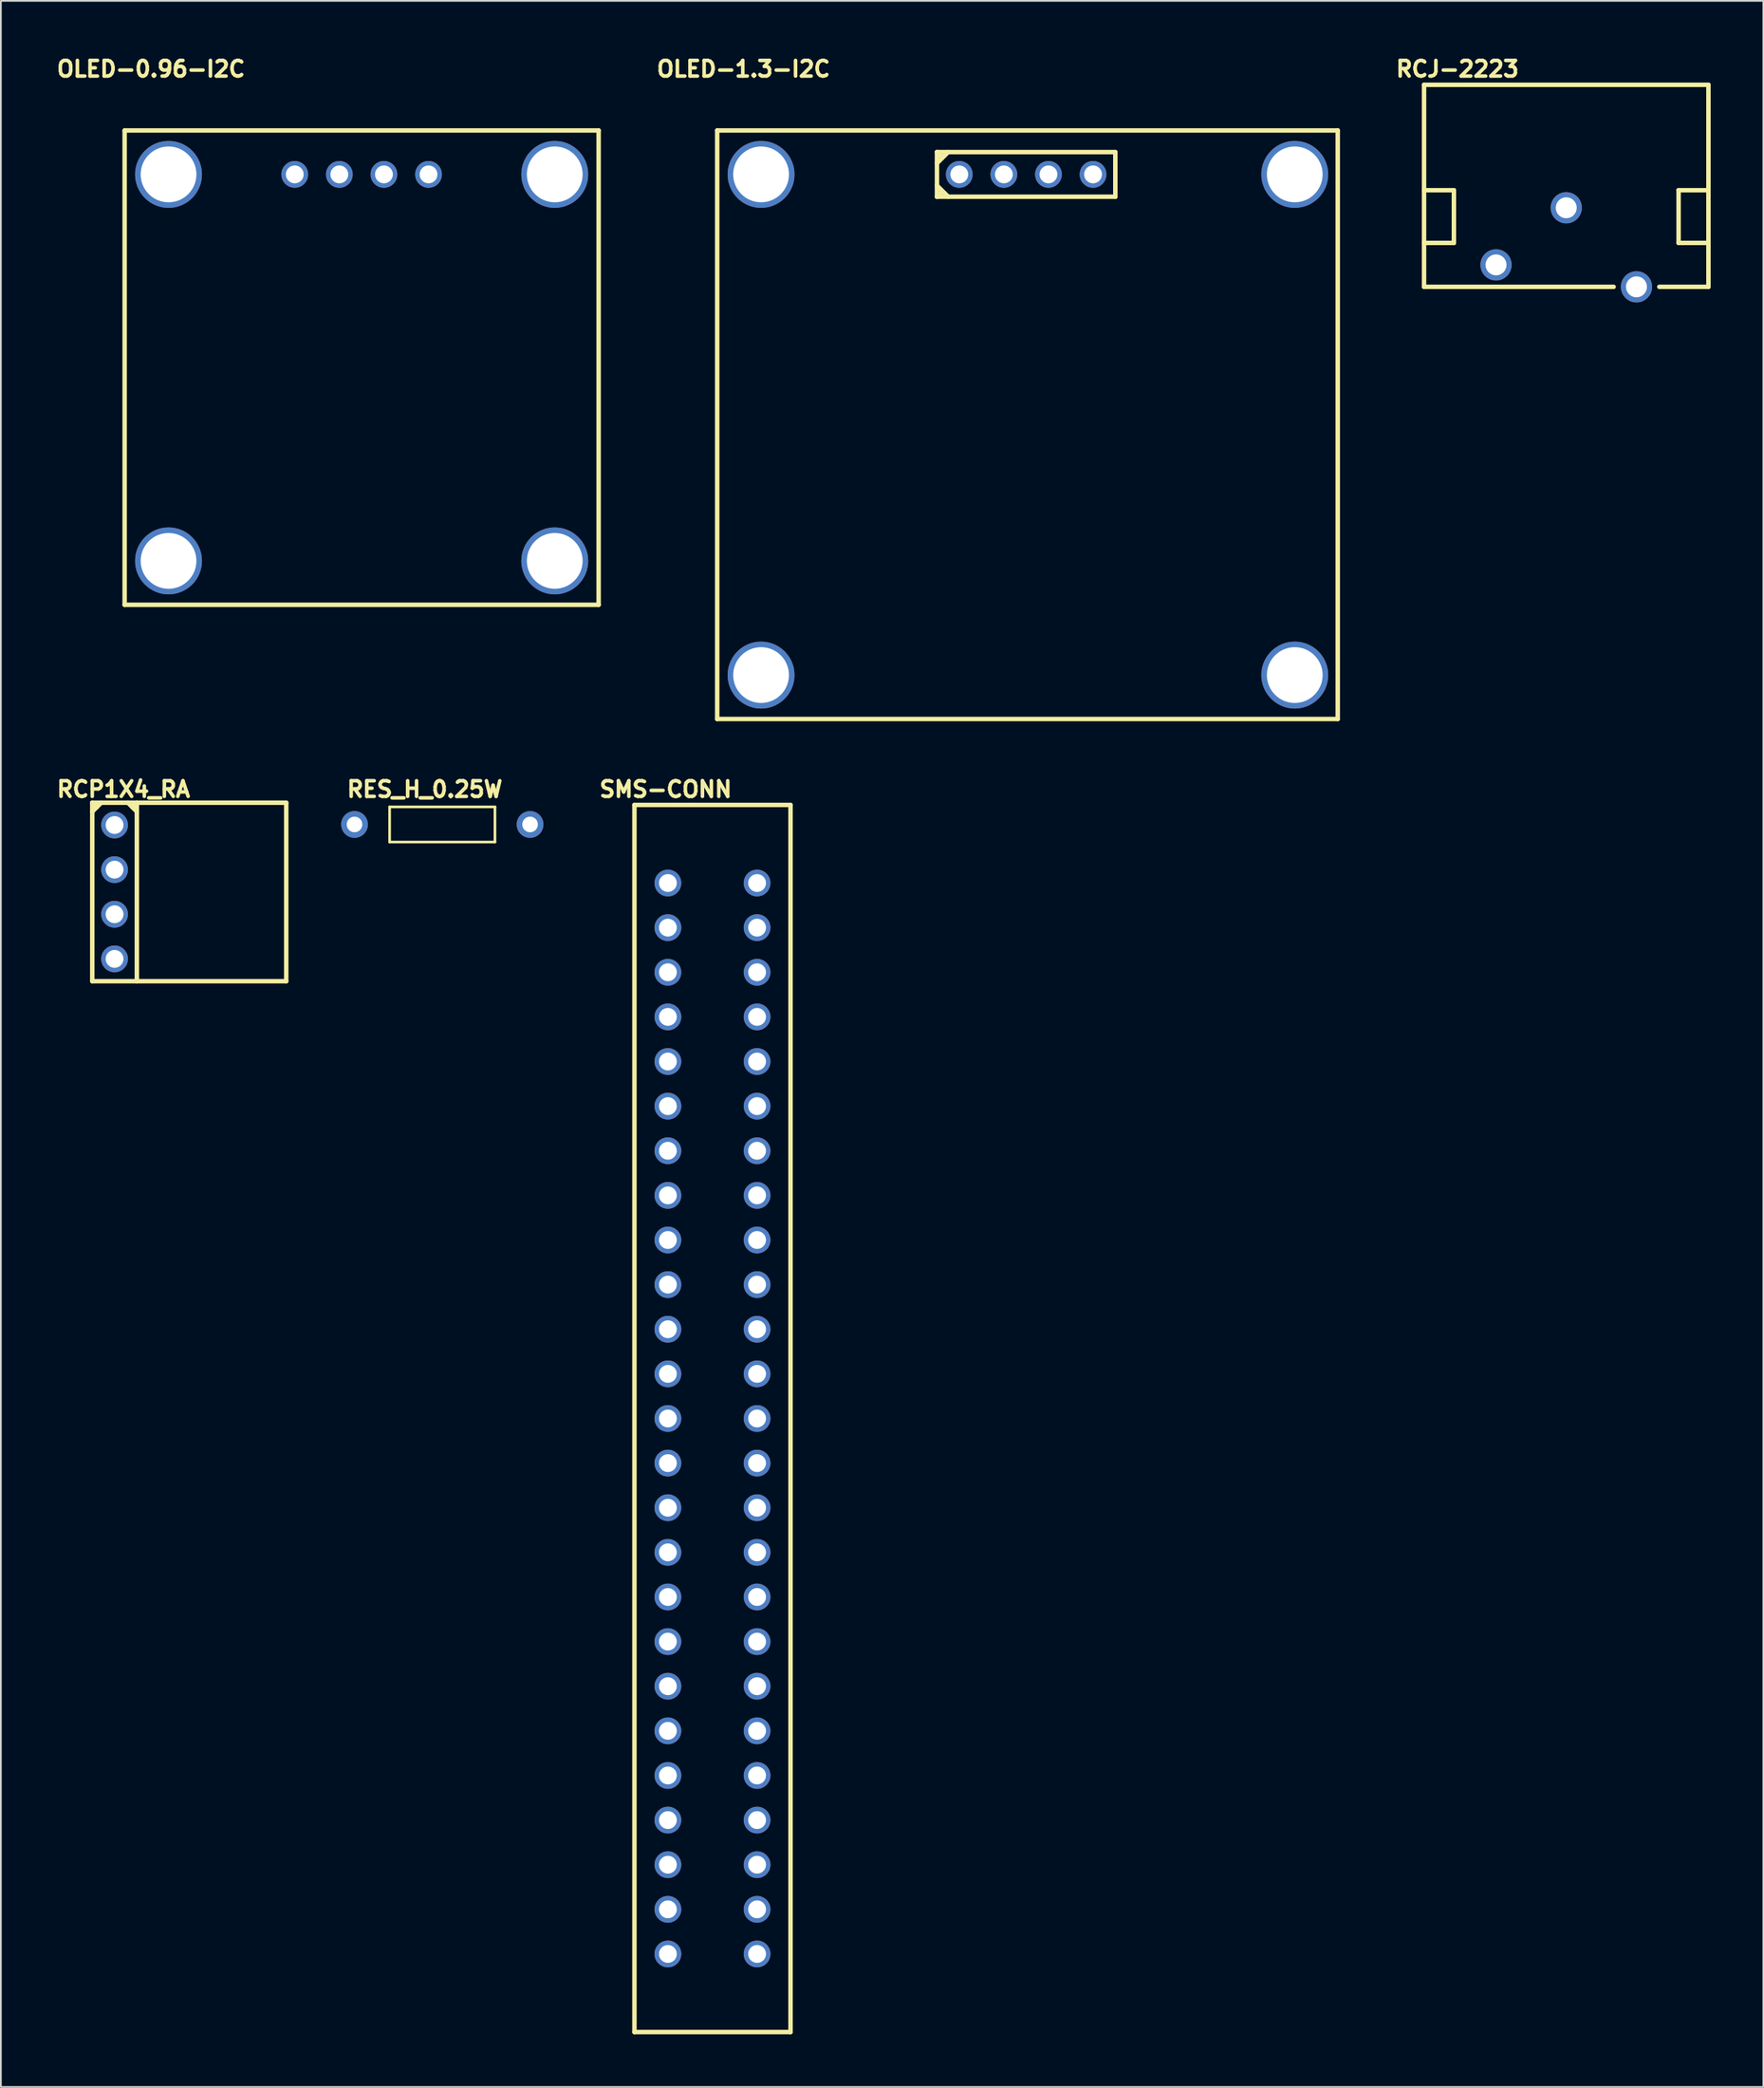
<source format=kicad_pcb>
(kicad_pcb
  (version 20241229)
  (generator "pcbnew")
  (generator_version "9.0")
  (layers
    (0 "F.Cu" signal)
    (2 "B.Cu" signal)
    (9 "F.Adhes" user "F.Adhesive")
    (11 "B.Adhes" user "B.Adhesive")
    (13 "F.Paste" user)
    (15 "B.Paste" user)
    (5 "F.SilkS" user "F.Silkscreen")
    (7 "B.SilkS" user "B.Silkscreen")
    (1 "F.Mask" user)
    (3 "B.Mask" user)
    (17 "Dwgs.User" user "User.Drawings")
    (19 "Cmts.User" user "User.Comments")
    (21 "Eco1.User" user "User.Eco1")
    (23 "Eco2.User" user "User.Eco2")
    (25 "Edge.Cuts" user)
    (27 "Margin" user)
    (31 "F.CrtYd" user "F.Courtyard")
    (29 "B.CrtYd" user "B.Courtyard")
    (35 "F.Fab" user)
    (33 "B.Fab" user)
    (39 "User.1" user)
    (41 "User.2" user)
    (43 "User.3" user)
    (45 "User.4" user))
  (footprint "SMS-CONN"
    (layer "F.Cu")
    (at 34.995 47.214)
    (property "Reference" "SMS-CONN" (at -0.127 -5.334 0) (layer "F.SilkS") (effects (font (size 0.889 0.889) (thickness 0.203))))
    (attr through_hole)
    (fp_line (start -1.905 -4.445) (end -1.905 65.405) (stroke (width 0.254) (type solid)) (layer "F.SilkS"))
    (fp_line (start -1.905 -4.445) (end 6.985 -4.445) (stroke (width 0.254) (type solid)) (layer "F.SilkS"))
    (fp_line (start -1.905 65.405) (end 6.985 65.405) (stroke (width 0.254) (type solid)) (layer "F.SilkS"))
    (fp_line (start 6.985 65.405) (end 6.985 -4.445) (stroke (width 0.254) (type solid)) (layer "F.SilkS"))
    (pad "1" thru_hole circle (at 0 0 180) (size 1.524 1.524) (drill 1.016) (layers "*.Cu" "*.Mask"))
    (pad "2" thru_hole circle (at 5.08 0 180) (size 1.524 1.524) (drill 1.016) (layers "*.Cu" "*.Mask"))
    (pad "3" thru_hole circle (at 0 2.54 180) (size 1.524 1.524) (drill 1.016) (layers "*.Cu" "*.Mask"))
    (pad "4" thru_hole circle (at 5.08 2.54 180) (size 1.524 1.524) (drill 1.016) (layers "*.Cu" "*.Mask"))
    (pad "5" thru_hole circle (at 0 5.08 180) (size 1.524 1.524) (drill 1.016) (layers "*.Cu" "*.Mask"))
    (pad "6" thru_hole circle (at 5.08 5.08 180) (size 1.524 1.524) (drill 1.016) (layers "*.Cu" "*.Mask"))
    (pad "7" thru_hole circle (at 0 7.62 180) (size 1.524 1.524) (drill 1.016) (layers "*.Cu" "*.Mask"))
    (pad "8" thru_hole circle (at 5.08 7.62 180) (size 1.524 1.524) (drill 1.016) (layers "*.Cu" "*.Mask"))
    (pad "9" thru_hole circle (at 0 10.16 180) (size 1.524 1.524) (drill 1.016) (layers "*.Cu" "*.Mask"))
    (pad "10" thru_hole circle (at 5.08 10.16 180) (size 1.524 1.524) (drill 1.016) (layers "*.Cu" "*.Mask"))
    (pad "11" thru_hole circle (at 0 12.7 180) (size 1.524 1.524) (drill 1.016) (layers "*.Cu" "*.Mask"))
    (pad "12" thru_hole circle (at 5.08 12.7 180) (size 1.524 1.524) (drill 1.016) (layers "*.Cu" "*.Mask"))
    (pad "13" thru_hole circle (at 0 15.24 180) (size 1.524 1.524) (drill 1.016) (layers "*.Cu" "*.Mask"))
    (pad "14" thru_hole circle (at 5.08 15.24 180) (size 1.524 1.524) (drill 1.016) (layers "*.Cu" "*.Mask"))
    (pad "15" thru_hole circle (at 0 17.78 180) (size 1.524 1.524) (drill 1.016) (layers "*.Cu" "*.Mask"))
    (pad "16" thru_hole circle (at 5.08 17.78 180) (size 1.524 1.524) (drill 1.016) (layers "*.Cu" "*.Mask"))
    (pad "17" thru_hole circle (at 0 20.32 180) (size 1.524 1.524) (drill 1.016) (layers "*.Cu" "*.Mask"))
    (pad "18" thru_hole circle (at 5.08 20.32 180) (size 1.524 1.524) (drill 1.016) (layers "*.Cu" "*.Mask"))
    (pad "19" thru_hole circle (at 0 22.86 180) (size 1.524 1.524) (drill 1.016) (layers "*.Cu" "*.Mask"))
    (pad "20" thru_hole circle (at 5.08 22.86 180) (size 1.524 1.524) (drill 1.016) (layers "*.Cu" "*.Mask"))
    (pad "21" thru_hole circle (at 0 25.4 180) (size 1.524 1.524) (drill 1.016) (layers "*.Cu" "*.Mask"))
    (pad "22" thru_hole circle (at 5.08 25.4 180) (size 1.524 1.524) (drill 1.016) (layers "*.Cu" "*.Mask"))
    (pad "23" thru_hole circle (at 0 27.94 180) (size 1.524 1.524) (drill 1.016) (layers "*.Cu" "*.Mask"))
    (pad "24" thru_hole circle (at 5.08 27.94 180) (size 1.524 1.524) (drill 1.016) (layers "*.Cu" "*.Mask"))
    (pad "25" thru_hole circle (at 0 30.48 180) (size 1.524 1.524) (drill 1.016) (layers "*.Cu" "*.Mask"))
    (pad "26" thru_hole circle (at 5.08 30.48 180) (size 1.524 1.524) (drill 1.016) (layers "*.Cu" "*.Mask"))
    (pad "27" thru_hole circle (at 0 33.02 180) (size 1.524 1.524) (drill 1.016) (layers "*.Cu" "*.Mask"))
    (pad "28" thru_hole circle (at 5.08 33.02 180) (size 1.524 1.524) (drill 1.016) (layers "*.Cu" "*.Mask"))
    (pad "29" thru_hole circle (at 0 35.56 180) (size 1.524 1.524) (drill 1.016) (layers "*.Cu" "*.Mask"))
    (pad "30" thru_hole circle (at 5.08 35.56 180) (size 1.524 1.524) (drill 1.016) (layers "*.Cu" "*.Mask"))
    (pad "31" thru_hole circle (at 0 38.1 180) (size 1.524 1.524) (drill 1.016) (layers "*.Cu" "*.Mask"))
    (pad "32" thru_hole circle (at 5.08 38.1 180) (size 1.524 1.524) (drill 1.016) (layers "*.Cu" "*.Mask"))
    (pad "33" thru_hole circle (at 0 40.64 180) (size 1.524 1.524) (drill 1.016) (layers "*.Cu" "*.Mask"))
    (pad "34" thru_hole circle (at 5.08 40.64 180) (size 1.524 1.524) (drill 1.016) (layers "*.Cu" "*.Mask"))
    (pad "35" thru_hole circle (at 0 43.18 180) (size 1.524 1.524) (drill 1.016) (layers "*.Cu" "*.Mask"))
    (pad "36" thru_hole circle (at 5.08 43.18 180) (size 1.524 1.524) (drill 1.016) (layers "*.Cu" "*.Mask"))
    (pad "37" thru_hole circle (at 0 45.72 180) (size 1.524 1.524) (drill 1.016) (layers "*.Cu" "*.Mask"))
    (pad "38" thru_hole circle (at 5.08 45.72 180) (size 1.524 1.524) (drill 1.016) (layers "*.Cu" "*.Mask"))
    (pad "39" thru_hole circle (at 0 48.26 180) (size 1.524 1.524) (drill 1.016) (layers "*.Cu" "*.Mask"))
    (pad "40" thru_hole circle (at 5.08 48.26 180) (size 1.524 1.524) (drill 1.016) (layers "*.Cu" "*.Mask"))
    (pad "41" thru_hole circle (at 0 50.8 180) (size 1.524 1.524) (drill 1.016) (layers "*.Cu" "*.Mask"))
    (pad "42" thru_hole circle (at 5.08 50.8 180) (size 1.524 1.524) (drill 1.016) (layers "*.Cu" "*.Mask"))
    (pad "43" thru_hole circle (at 0 53.34 180) (size 1.524 1.524) (drill 1.016) (layers "*.Cu" "*.Mask"))
    (pad "44" thru_hole circle (at 5.08 53.34 180) (size 1.524 1.524) (drill 1.016) (layers "*.Cu" "*.Mask"))
    (pad "45" thru_hole circle (at 0 55.88 180) (size 1.524 1.524) (drill 1.016) (layers "*.Cu" "*.Mask"))
    (pad "46" thru_hole circle (at 5.08 55.88 180) (size 1.524 1.524) (drill 1.016) (layers "*.Cu" "*.Mask"))
    (pad "47" thru_hole circle (at 0 58.42 180) (size 1.524 1.524) (drill 1.016) (layers "*.Cu" "*.Mask"))
    (pad "48" thru_hole circle (at 5.08 58.42 180) (size 1.524 1.524) (drill 1.016) (layers "*.Cu" "*.Mask"))
    (pad "49" thru_hole circle (at 0 60.96 180) (size 1.524 1.524) (drill 1.016) (layers "*.Cu" "*.Mask"))
    (pad "50" thru_hole circle (at 5.08 60.96 180) (size 1.524 1.524) (drill 1.016) (layers "*.Cu" "*.Mask")))
  (footprint "RCP1X4_RA"
    (layer "F.Cu")
    (at 3.476 43.912)
    (property "Reference" "RCP1X4_RA" (at 0.508 -2.032 0) (layer "F.SilkS") (effects (font (size 0.889 0.889) (thickness 0.203))))
    (attr through_hole)
    (fp_line (start -1.27 -1.27) (end -1.27 8.89) (stroke (width 0.254) (type solid)) (layer "F.SilkS"))
    (fp_line (start -1.27 -1.27) (end -1.016 -1.016) (stroke (width 0.254) (type default)) (layer "F.SilkS"))
    (fp_line (start -1.27 -0.762) (end -0.762 -1.27) (stroke (width 0.254) (type default)) (layer "F.SilkS"))
    (fp_line (start -1.27 8.89) (end 9.779 8.89) (stroke (width 0.254) (type solid)) (layer "F.SilkS"))
    (fp_line (start 1.016 -1.016) (end 1.27 -1.27) (stroke (width 0.254) (type default)) (layer "F.SilkS"))
    (fp_line (start 1.27 -0.762) (end 0.762 -1.27) (stroke (width 0.254) (type default)) (layer "F.SilkS"))
    (fp_line (start 1.27 8.89) (end 1.27 -1.27) (stroke (width 0.254) (type solid)) (layer "F.SilkS"))
    (fp_line (start 9.779 -1.27) (end -1.27 -1.27) (stroke (width 0.254) (type solid)) (layer "F.SilkS"))
    (fp_line (start 9.779 8.89) (end 9.779 -1.27) (stroke (width 0.254) (type solid)) (layer "F.SilkS"))
    (pad "1" thru_hole circle (at 0 0) (size 1.524 1.524) (drill 1.016) (layers "*.Cu" "*.Mask"))
    (pad "2" thru_hole circle (at 0 2.54) (size 1.524 1.524) (drill 1.016) (layers "*.Cu" "*.Mask"))
    (pad "3" thru_hole circle (at 0 5.08) (size 1.524 1.524) (drill 1.016) (layers "*.Cu" "*.Mask"))
    (pad "4" thru_hole circle (at 0 7.62) (size 1.524 1.524) (drill 1.016) (layers "*.Cu" "*.Mask")))
  (footprint "OLED-0.96-I2C"
    (layer "F.Cu")
    (at 6.55 6.877)
    (property "Reference" "OLED-0.96-I2C" (at -1 -6 0) (layer "F.SilkS") (effects (font (size 0.889 0.889) (thickness 0.203))))
    (attr through_hole)
    (fp_line (start -2.5 -2.5) (end -2.5 24.5) (stroke (width 0.254) (type solid)) (layer "F.SilkS"))
    (fp_line (start -2.5 -2.5) (end 24.5 -2.5) (stroke (width 0.254) (type solid)) (layer "F.SilkS"))
    (fp_line (start -2.5 24.5) (end 24.5 24.5) (stroke (width 0.254) (type solid)) (layer "F.SilkS"))
    (fp_line (start 24.5 24.5) (end 24.5 -2.5) (stroke (width 0.254) (type solid)) (layer "F.SilkS"))
    (pad "1" thru_hole circle (at 7.19 0 90) (size 1.524 1.524) (drill 1.016) (layers "*.Cu" "*.Mask"))
    (pad "2" thru_hole circle (at 9.73 0 90) (size 1.524 1.524) (drill 1.016) (layers "*.Cu" "*.Mask"))
    (pad "3" thru_hole circle (at 12.27 0 90) (size 1.524 1.524) (drill 1.016) (layers "*.Cu" "*.Mask"))
    (pad "4" thru_hole circle (at 14.81 0 90) (size 1.524 1.524) (drill 1.016) (layers "*.Cu" "*.Mask"))
    (pad "5" thru_hole circle (at 0 0 90) (size 3.81 3.81) (drill 3.175) (layers "*.Cu"))
    (pad "6" thru_hole circle (at 22 0 90) (size 3.81 3.81) (drill 3.175) (layers "*.Cu"))
    (pad "7" thru_hole circle (at 0 22 90) (size 3.81 3.81) (drill 3.175) (layers "*.Cu"))
    (pad "8" thru_hole circle (at 22 22 90) (size 3.81 3.81) (drill 3.175) (layers "*.Cu")))
  (footprint "OLED-1.3-I2C"
    (layer "F.Cu")
    (at 40.303 6.877)
    (property "Reference" "OLED-1.3-I2C" (at -1 -6 0) (layer "F.SilkS") (effects (font (size 0.889 0.889) (thickness 0.203))))
    (attr through_hole)
    (fp_line (start -2.5 -2.5) (end -2.5 31) (stroke (width 0.254) (type solid)) (layer "F.SilkS"))
    (fp_line (start -2.5 -2.5) (end 32.85 -2.5) (stroke (width 0.254) (type solid)) (layer "F.SilkS"))
    (fp_line (start -2.5 31) (end 32.85 31) (stroke (width 0.254) (type solid)) (layer "F.SilkS"))
    (fp_line (start 10.02 -1.27) (end 10.02 1.27) (stroke (width 0.254) (type solid)) (layer "F.SilkS"))
    (fp_line (start 10.02 -1.27) (end 10.274 -1.016) (stroke (width 0.254) (type solid)) (layer "F.SilkS"))
    (fp_line (start 10.02 -0.635) (end 10.655 -1.27) (stroke (width 0.254) (type solid)) (layer "F.SilkS"))
    (fp_line (start 10.02 1.27) (end 10.274 1.016) (stroke (width 0.254) (type solid)) (layer "F.SilkS"))
    (fp_line (start 10.02 1.27) (end 20.18 1.27) (stroke (width 0.254) (type solid)) (layer "F.SilkS"))
    (fp_line (start 10.655 1.27) (end 10.02 0.635) (stroke (width 0.254) (type solid)) (layer "F.SilkS"))
    (fp_line (start 20.18 -1.27) (end 10.02 -1.27) (stroke (width 0.254) (type solid)) (layer "F.SilkS"))
    (fp_line (start 20.18 1.27) (end 20.18 -1.27) (stroke (width 0.254) (type solid)) (layer "F.SilkS"))
    (fp_line (start 32.85 31) (end 32.85 -2.5) (stroke (width 0.254) (type solid)) (layer "F.SilkS"))
    (pad "1" thru_hole circle (at 11.29 0 90) (size 1.524 1.524) (drill 1.016) (layers "*.Cu" "*.Mask"))
    (pad "2" thru_hole circle (at 13.83 0 90) (size 1.524 1.524) (drill 1.016) (layers "*.Cu" "*.Mask"))
    (pad "3" thru_hole circle (at 16.37 0 90) (size 1.524 1.524) (drill 1.016) (layers "*.Cu" "*.Mask"))
    (pad "4" thru_hole circle (at 18.91 0 90) (size 1.524 1.524) (drill 1.016) (layers "*.Cu" "*.Mask"))
    (pad "5" thru_hole circle (at 0 0 90) (size 3.81 3.81) (drill 3.175) (layers "*.Cu"))
    (pad "6" thru_hole circle (at 30.4 0 90) (size 3.81 3.81) (drill 3.175) (layers "*.Cu"))
    (pad "7" thru_hole circle (at 0 28.5 90) (size 3.81 3.81) (drill 3.175) (layers "*.Cu"))
    (pad "8" thru_hole circle (at 30.4 28.5 90) (size 3.81 3.81) (drill 3.175) (layers "*.Cu")))
  (footprint "RES_H_0.25W"
    (layer "F.Cu")
    (at 17.144 43.88)
    (property "Reference" "RES_H_0.25W" (at 4 -2 0) (layer "F.SilkS") (effects (font (size 0.889 0.889) (thickness 0.203))))
    (attr through_hole)
    (fp_line (start 2 -1) (end 8 -1) (stroke (width 0.15) (type solid)) (layer "F.SilkS"))
    (fp_line (start 2 1) (end 2 -1) (stroke (width 0.15) (type solid)) (layer "F.SilkS"))
    (fp_line (start 8 -1) (end 8 1) (stroke (width 0.15) (type solid)) (layer "F.SilkS"))
    (fp_line (start 8 1) (end 2 1) (stroke (width 0.15) (type solid)) (layer "F.SilkS"))
    (pad "1" thru_hole circle (at 0 0) (size 1.524 1.524) (drill 0.889) (layers "*.Cu" "*.Mask"))
    (pad "2" thru_hole circle (at 10 0) (size 1.524 1.524) (drill 0.889) (layers "*.Cu" "*.Mask")))
  (footprint "RCJ-2223"
    (layer "F.Cu")
    (at 86.168 1.777)
    (property "Reference" "RCJ-2223" (at -6.2 -0.9 0) (layer "F.SilkS") (effects (font (size 0.889 0.889) (thickness 0.203))))
    (attr through_hole)
    (fp_line (start -8.1 0) (end -8.1 11.5) (stroke (width 0.254) (type solid)) (layer "F.SilkS"))
    (fp_line (start -8.1 0) (end 8.1 0) (stroke (width 0.254) (type solid)) (layer "F.SilkS"))
    (fp_line (start -8.1 6) (end -6.4 6) (stroke (width 0.254) (type solid)) (layer "F.SilkS"))
    (fp_line (start -8.1 9) (end -6.4 9) (stroke (width 0.254) (type solid)) (layer "F.SilkS"))
    (fp_line (start -8.1 11.5) (end 2.7 11.5) (stroke (width 0.254) (type solid)) (layer "F.SilkS"))
    (fp_line (start -6.4 6) (end -6.4 9) (stroke (width 0.254) (type solid)) (layer "F.SilkS"))
    (fp_line (start 6.4 6) (end 6.4 9) (stroke (width 0.254) (type solid)) (layer "F.SilkS"))
    (fp_line (start 8.1 0) (end 8.1 11.5) (stroke (width 0.254) (type solid)) (layer "F.SilkS"))
    (fp_line (start 8.1 6) (end 6.4 6) (stroke (width 0.254) (type solid)) (layer "F.SilkS"))
    (fp_line (start 8.1 9) (end 6.4 9) (stroke (width 0.254) (type solid)) (layer "F.SilkS"))
    (fp_line (start 8.1 11.5) (end 5.3 11.5) (stroke (width 0.254) (type solid)) (layer "F.SilkS"))
    (pad "1" thru_hole circle (at 0 7) (size 1.778 1.778) (drill 1.194) (layers "*.Cu" "*.Mask"))
    (pad "2" thru_hole circle (at -4 10.25) (size 1.778 1.778) (drill 1.194) (layers "*.Cu" "*.Mask"))
    (pad "3" thru_hole circle (at 4 11.5) (size 1.778 1.778) (drill 1.194) (layers "*.Cu" "*.Mask")))
  (gr_rect
    (start -3 -3)
    (end 97.395 115.746)
    (stroke (width 0.1) (type default))
    (fill no)
    (layer "Edge.Cuts")))
</source>
